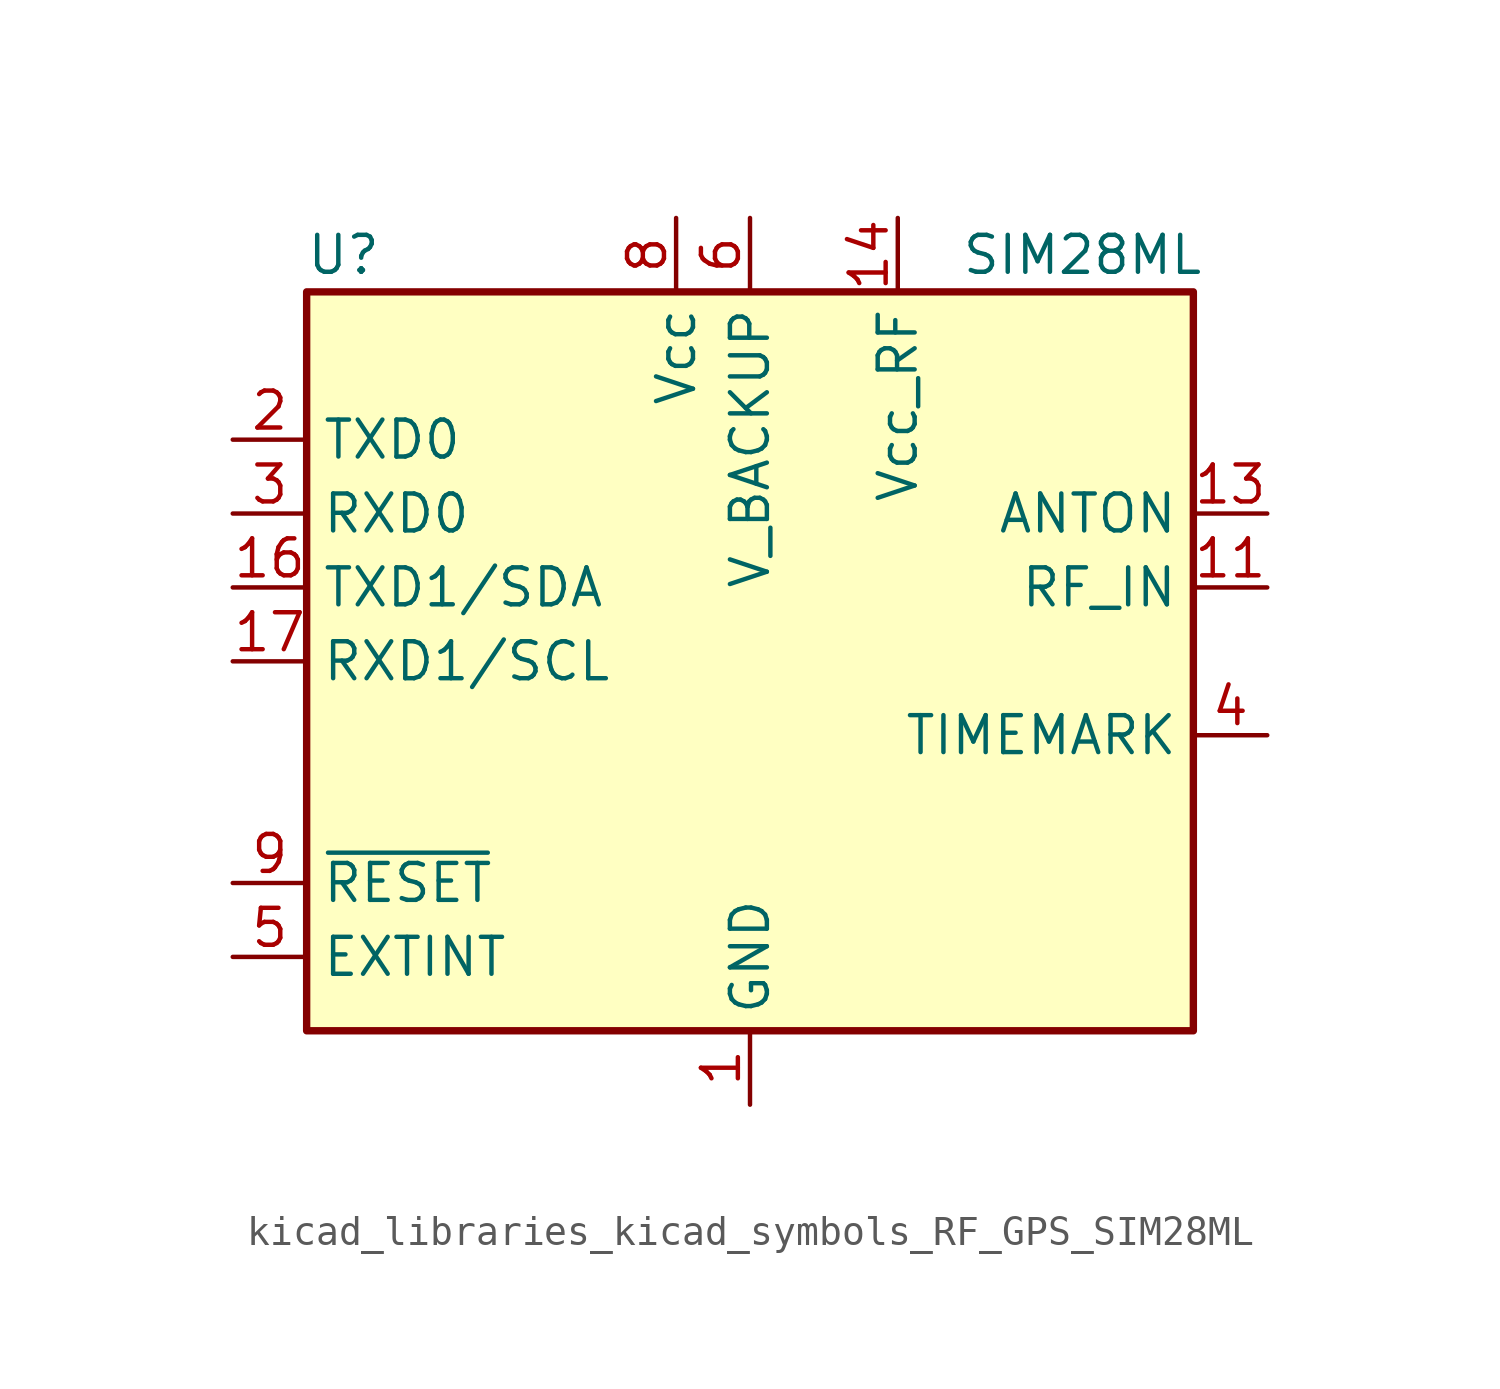
<source format=kicad_sym>
(kicad_symbol_lib
  (version 20220914)
  (generator kicad_symbol_editor)
  (symbol "kicad_libraries_kicad_symbols_RF_GPS_SIM28ML"
    (property "Reference" "U"
      (at -13.97 13.97 0)
      (effects (font (size 1.27 1.27))))
    (property "Value" "SIM28ML"
      (at 11.43 13.97 0)
      (effects (font (size 1.27 1.27))))
    (symbol "kicad_libraries_kicad_symbols_RF_GPS_SIM28ML_0_1"
      (rectangle (start -15.24 12.7) (end 15.24 -12.7) (stroke (width 0.254) (type default)) (fill (type background))))
    (symbol "kicad_libraries_kicad_symbols_RF_GPS_SIM28ML_1_1"
      (pin power_in line (at 0 -15.24 90) (length 2.54) (name "GND" (effects (font (size 1.27 1.27)))) (number "1" (effects (font (size 1.27 1.27)))))
      (pin passive line (at 0 -15.24 90) (length 2.54) hide (name "GND" (effects (font (size 1.27 1.27)))) (number "10" (effects (font (size 1.27 1.27)))))
      (pin input line (at 17.78 2.54 180) (length 2.54) (name "RF_IN" (effects (font (size 1.27 1.27)))) (number "11" (effects (font (size 1.27 1.27)))))
      (pin passive line (at 0 -15.24 90) (length 2.54) hide (name "GND" (effects (font (size 1.27 1.27)))) (number "12" (effects (font (size 1.27 1.27)))))
      (pin power_out line (at 17.78 5.08 180) (length 2.54) (name "ANTON" (effects (font (size 1.27 1.27)))) (number "13" (effects (font (size 1.27 1.27)))))
      (pin power_out line (at 5.08 15.24 270) (length 2.54) (name "Vcc_RF" (effects (font (size 1.27 1.27)))) (number "14" (effects (font (size 1.27 1.27)))))
      (pin no_connect line (at 15.24 -7.62 180) (length 2.54) hide (name "NC" (effects (font (size 1.27 1.27)))) (number "15" (effects (font (size 1.27 1.27)))))
      (pin bidirectional line (at -17.78 2.54 0) (length 2.54) (name "TXD1/SDA" (effects (font (size 1.27 1.27)))) (number "16" (effects (font (size 1.27 1.27)))))
      (pin input line (at -17.78 0 0) (length 2.54) (name "RXD1/SCL" (effects (font (size 1.27 1.27)))) (number "17" (effects (font (size 1.27 1.27)))))
      (pin no_connect line (at 15.24 -10.16 180) (length 2.54) hide (name "NC" (effects (font (size 1.27 1.27)))) (number "18" (effects (font (size 1.27 1.27)))))
      (pin output line (at -17.78 7.62 0) (length 2.54) (name "TXD0" (effects (font (size 1.27 1.27)))) (number "2" (effects (font (size 1.27 1.27)))))
      (pin input line (at -17.78 5.08 0) (length 2.54) (name "RXD0" (effects (font (size 1.27 1.27)))) (number "3" (effects (font (size 1.27 1.27)))))
      (pin output line (at 17.78 -2.54 180) (length 2.54) (name "TIMEMARK" (effects (font (size 1.27 1.27)))) (number "4" (effects (font (size 1.27 1.27)))))
      (pin input line (at -17.78 -10.16 0) (length 2.54) (name "EXTINT" (effects (font (size 1.27 1.27)))) (number "5" (effects (font (size 1.27 1.27)))))
      (pin power_in line (at 0 15.24 270) (length 2.54) (name "V_BACKUP" (effects (font (size 1.27 1.27)))) (number "6" (effects (font (size 1.27 1.27)))))
      (pin no_connect line (at 15.24 -5.08 180) (length 2.54) hide (name "NC" (effects (font (size 1.27 1.27)))) (number "7" (effects (font (size 1.27 1.27)))))
      (pin power_in line (at -2.54 15.24 270) (length 2.54) (name "Vcc" (effects (font (size 1.27 1.27)))) (number "8" (effects (font (size 1.27 1.27)))))
      (pin input line (at -17.78 -7.62 0) (length 2.54) (name "~{RESET}" (effects (font (size 1.27 1.27)))) (number "9" (effects (font (size 1.27 1.27))))))))
</source>
